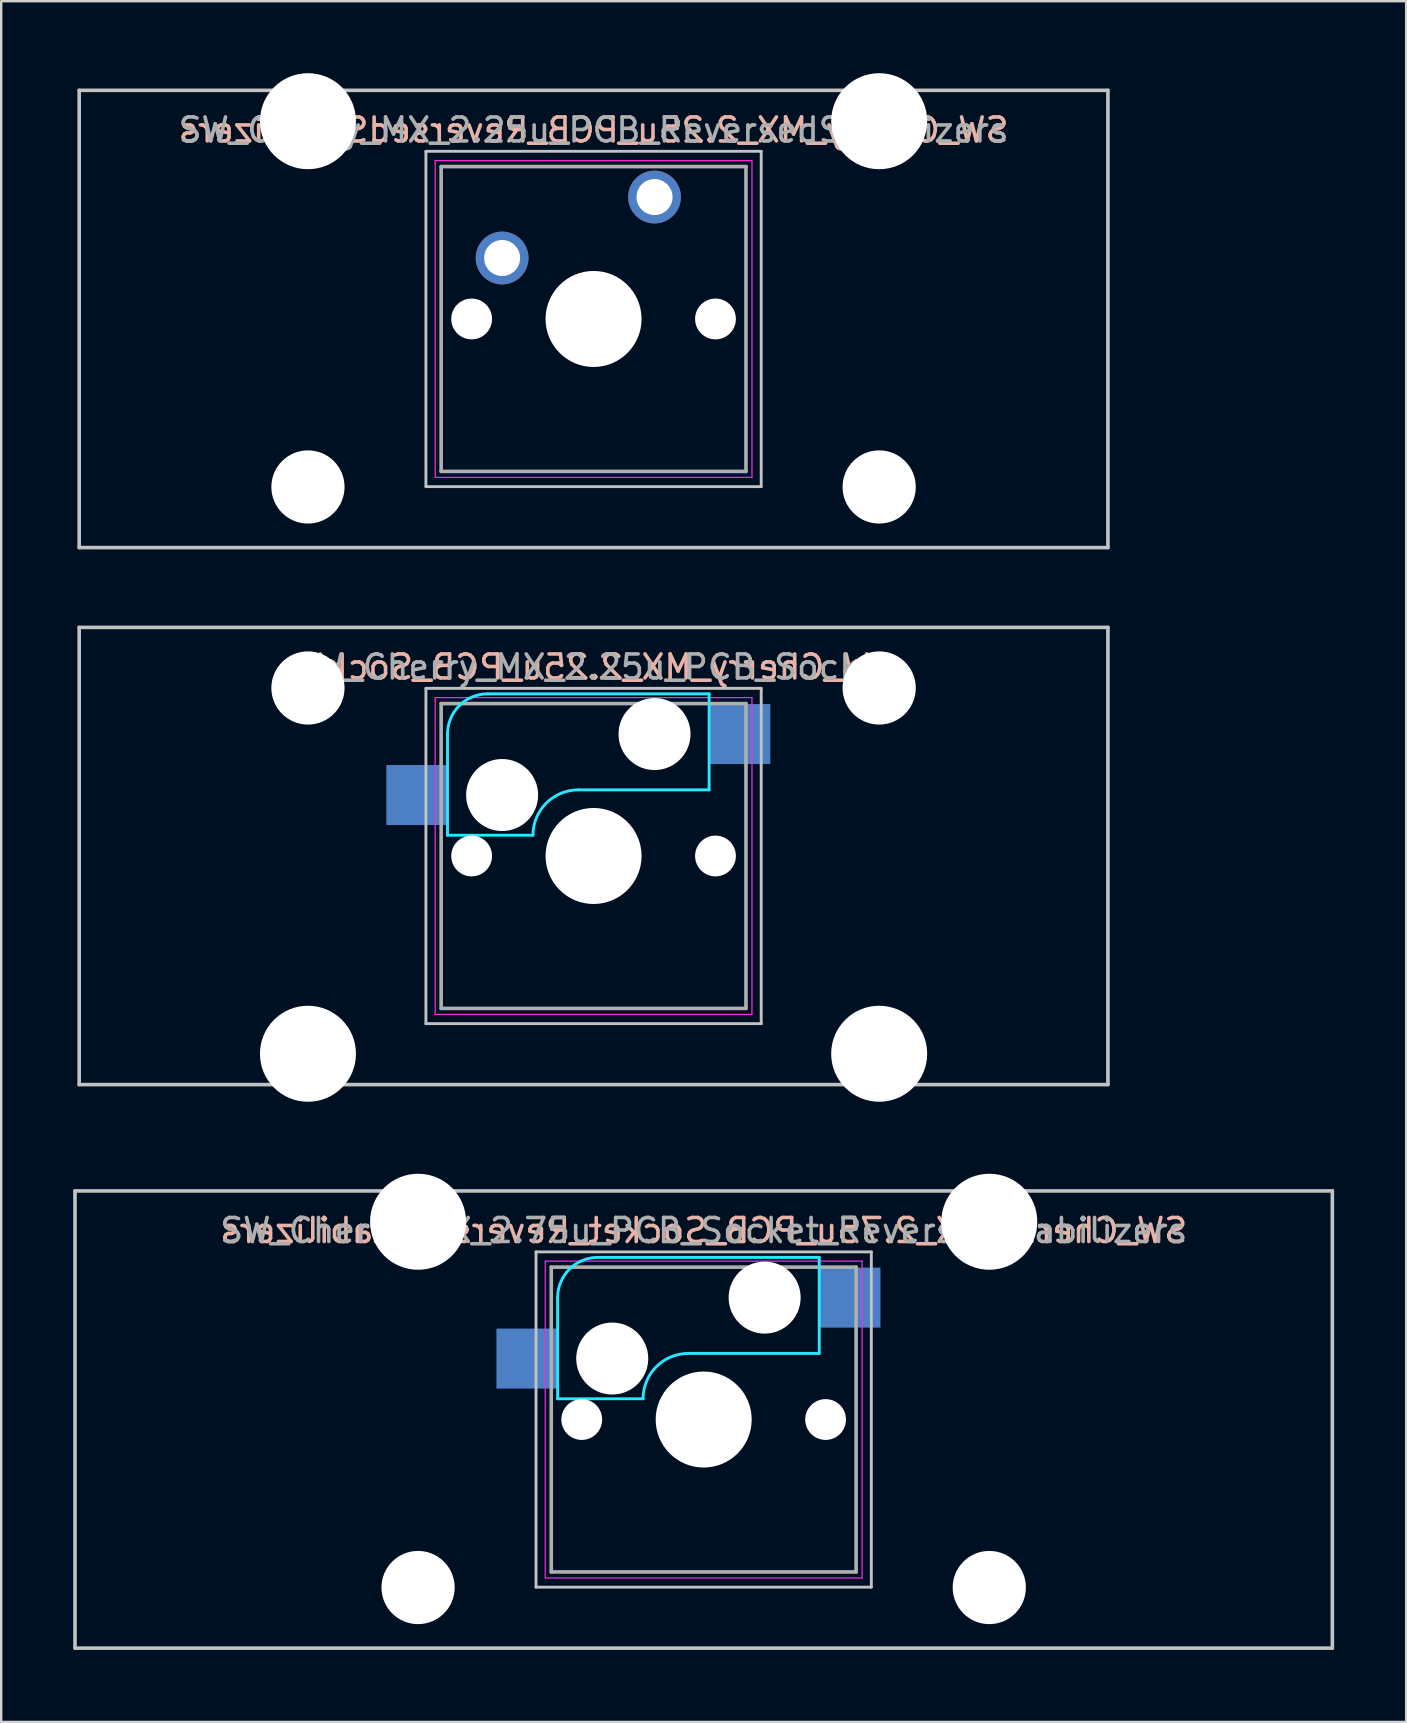
<source format=kicad_pcb>
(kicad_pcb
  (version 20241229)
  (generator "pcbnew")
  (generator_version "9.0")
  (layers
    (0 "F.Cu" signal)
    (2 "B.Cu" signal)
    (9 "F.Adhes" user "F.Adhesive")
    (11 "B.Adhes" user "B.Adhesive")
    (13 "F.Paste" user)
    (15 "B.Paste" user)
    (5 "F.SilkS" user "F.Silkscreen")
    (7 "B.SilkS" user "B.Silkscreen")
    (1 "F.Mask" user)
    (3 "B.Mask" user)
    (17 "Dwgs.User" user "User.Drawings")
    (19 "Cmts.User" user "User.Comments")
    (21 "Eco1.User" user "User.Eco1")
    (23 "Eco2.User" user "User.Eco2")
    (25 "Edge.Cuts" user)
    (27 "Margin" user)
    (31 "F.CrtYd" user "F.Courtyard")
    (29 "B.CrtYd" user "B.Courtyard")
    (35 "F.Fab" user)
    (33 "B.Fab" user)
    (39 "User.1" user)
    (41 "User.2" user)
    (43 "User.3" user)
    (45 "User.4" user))
  (footprint "SW_Cherry_MX_2.75u_PCB_Socket_ReversedStabilizers"
    (layer "F.Cu")
    (at 26.269 56.095)
    (property "Reference" "SW_Cherry_MX_2.75u_PCB_Socket_ReversedStabilizers" (at 0 -7.874 0) (layer "B.SilkS") (effects (font (size 1 1) (thickness 0.15)) (justify mirror)))
    (attr through_hole)
    (fp_line (start -26.194 -9.525) (end 26.194 -9.525) (stroke (width 0.15) (type solid)) (layer "Dwgs.User"))
    (fp_line (start -26.194 9.525) (end -26.194 -9.525) (stroke (width 0.15) (type solid)) (layer "Dwgs.User"))
    (fp_line (start -6.985 -6.985) (end 6.985 -6.985) (stroke (width 0.12) (type solid)) (layer "Dwgs.User"))
    (fp_line (start -6.985 6.985) (end -6.985 -6.985) (stroke (width 0.12) (type solid)) (layer "Dwgs.User"))
    (fp_line (start 6.985 -6.985) (end 6.985 6.985) (stroke (width 0.12) (type solid)) (layer "Dwgs.User"))
    (fp_line (start 6.985 6.985) (end -6.985 6.985) (stroke (width 0.12) (type solid)) (layer "Dwgs.User"))
    (fp_line (start 26.194 -9.525) (end 26.194 9.525) (stroke (width 0.15) (type solid)) (layer "Dwgs.User"))
    (fp_line (start 26.194 9.525) (end -26.194 9.525) (stroke (width 0.15) (type solid)) (layer "Dwgs.User"))
    (fp_line (start -6.085 -0.865) (end -6.085 -5.08) (stroke (width 0.12) (type solid)) (layer "B.CrtYd"))
    (fp_line (start -6.085 -0.865) (end -2.525 -0.865) (stroke (width 0.12) (type solid)) (layer "B.CrtYd"))
    (fp_line (start -4.41 -6.755) (end 4.815 -6.755) (stroke (width 0.12) (type solid)) (layer "B.CrtYd"))
    (fp_line (start 4.815 -6.755) (end 4.815 -2.755) (stroke (width 0.12) (type solid)) (layer "B.CrtYd"))
    (fp_line (start 4.815 -2.755) (end -0.635 -2.755) (stroke (width 0.12) (type solid)) (layer "B.CrtYd"))
    (fp_arc (start -6.085 -5.08) (mid -5.594404 -6.264404) (end -4.41 -6.755) (stroke (width 0.12) (type solid)) (layer "B.CrtYd"))
    (fp_arc (start -2.525 -0.865) (mid -1.971432 -2.201432) (end -0.635 -2.755) (stroke (width 0.12) (type solid)) (layer "B.CrtYd"))
    (fp_line (start -6.6 -6.6) (end 6.6 -6.6) (stroke (width 0.05) (type solid)) (layer "F.CrtYd"))
    (fp_line (start -6.6 6.6) (end -6.6 -6.6) (stroke (width 0.05) (type solid)) (layer "F.CrtYd"))
    (fp_line (start 6.6 -6.6) (end 6.6 6.6) (stroke (width 0.05) (type solid)) (layer "F.CrtYd"))
    (fp_line (start 6.6 6.6) (end -6.6 6.6) (stroke (width 0.05) (type solid)) (layer "F.CrtYd"))
    (fp_line (start -6.35 -6.35) (end 6.35 -6.35) (stroke (width 0.15) (type solid)) (layer "F.Fab"))
    (fp_line (start -6.35 6.35) (end -6.35 -6.35) (stroke (width 0.15) (type solid)) (layer "F.Fab"))
    (fp_line (start 6.35 -6.35) (end 6.35 6.35) (stroke (width 0.15) (type solid)) (layer "F.Fab"))
    (fp_line (start 6.35 6.35) (end -6.35 6.35) (stroke (width 0.15) (type solid)) (layer "F.Fab"))
    (fp_text user "${REFERENCE}" (at 0 -7.874 0) (layer "F.Fab") (effects (font (size 1 1) (thickness 0.15))))
    (pad "" np_thru_hole circle (at -11.9 -8.24) (size 4 4) (drill 4) (layers "*.Cu" "*.Mask"))
    (pad "" np_thru_hole circle (at -11.9 7) (size 3.05 3.05) (drill 3.05) (layers "*.Cu" "*.Mask"))
    (pad "" np_thru_hole circle (at -5.08 0) (size 1.7 1.7) (drill 1.7) (layers "*.Cu" "*.Mask"))
    (pad "" np_thru_hole circle (at -3.81 -2.54) (size 3 3) (drill 3) (layers "*.Cu" "*.Mask"))
    (pad "" np_thru_hole circle (at 0 0) (size 4 4) (drill 4) (layers "*.Cu" "*.Mask"))
    (pad "" np_thru_hole circle (at 2.54 -5.08) (size 3 3) (drill 3) (layers "*.Cu" "*.Mask"))
    (pad "" np_thru_hole circle (at 5.08 0) (size 1.7 1.7) (drill 1.7) (layers "*.Cu" "*.Mask"))
    (pad "" np_thru_hole circle (at 11.9 -8.24) (size 4 4) (drill 4) (layers "*.Cu" "*.Mask"))
    (pad "" np_thru_hole circle (at 11.9 7) (size 3.05 3.05) (drill 3.05) (layers "*.Cu" "*.Mask"))
    (pad "1" smd rect (at 6.09 -5.08) (size 2.55 2.5) (layers "B.Cu" "B.Mask" "B.Paste"))
    (pad "2" smd rect (at -7.36 -2.54) (size 2.55 2.5) (layers "B.Cu" "B.Mask" "B.Paste")))
  (footprint "SW_Cherry_MX_2.25u_PCB_Socket"
    (layer "F.Cu")
    (at 0.25 23.09)
    (property "Reference" "SW_Cherry_MX_2.25u_PCB_Socket" (at 21.431 1.651 0) (layer "B.SilkS") (effects (font (size 1 1) (thickness 0.15)) (justify mirror)))
    (attr through_hole)
    (fp_line (start 0 0) (end 42.862 0) (stroke (width 0.15) (type solid)) (layer "Dwgs.User"))
    (fp_line (start 0 19.05) (end 0 0) (stroke (width 0.15) (type solid)) (layer "Dwgs.User"))
    (fp_line (start 14.446 2.54) (end 28.416 2.54) (stroke (width 0.12) (type solid)) (layer "Dwgs.User"))
    (fp_line (start 14.446 16.51) (end 14.446 2.54) (stroke (width 0.12) (type solid)) (layer "Dwgs.User"))
    (fp_line (start 28.416 2.54) (end 28.416 16.51) (stroke (width 0.12) (type solid)) (layer "Dwgs.User"))
    (fp_line (start 28.416 16.51) (end 14.446 16.51) (stroke (width 0.12) (type solid)) (layer "Dwgs.User"))
    (fp_line (start 42.862 0) (end 42.862 19.05) (stroke (width 0.15) (type solid)) (layer "Dwgs.User"))
    (fp_line (start 42.862 19.05) (end 0 19.05) (stroke (width 0.15) (type solid)) (layer "Dwgs.User"))
    (fp_line (start 15.346 8.66) (end 15.346 4.445) (stroke (width 0.12) (type solid)) (layer "B.CrtYd"))
    (fp_line (start 15.346 8.66) (end 18.906 8.66) (stroke (width 0.12) (type solid)) (layer "B.CrtYd"))
    (fp_line (start 17.021 2.77) (end 26.246 2.77) (stroke (width 0.12) (type solid)) (layer "B.CrtYd"))
    (fp_line (start 26.246 2.77) (end 26.246 6.77) (stroke (width 0.12) (type solid)) (layer "B.CrtYd"))
    (fp_line (start 26.246 6.77) (end 20.796 6.77) (stroke (width 0.12) (type solid)) (layer "B.CrtYd"))
    (fp_arc (start 15.34625 4.445) (mid 15.836846 3.260596) (end 17.02125 2.77) (stroke (width 0.12) (type solid)) (layer "B.CrtYd"))
    (fp_arc (start 18.90625 8.66) (mid 19.459818 7.323568) (end 20.79625 6.77) (stroke (width 0.12) (type solid)) (layer "B.CrtYd"))
    (fp_line (start 14.831 2.925) (end 28.031 2.925) (stroke (width 0.05) (type solid)) (layer "F.CrtYd"))
    (fp_line (start 14.831 16.125) (end 14.831 2.925) (stroke (width 0.05) (type solid)) (layer "F.CrtYd"))
    (fp_line (start 28.031 2.925) (end 28.031 16.125) (stroke (width 0.05) (type solid)) (layer "F.CrtYd"))
    (fp_line (start 28.031 16.125) (end 14.831 16.125) (stroke (width 0.05) (type solid)) (layer "F.CrtYd"))
    (fp_line (start 15.081 3.175) (end 27.781 3.175) (stroke (width 0.15) (type solid)) (layer "F.Fab"))
    (fp_line (start 15.081 15.875) (end 15.081 3.175) (stroke (width 0.15) (type solid)) (layer "F.Fab"))
    (fp_line (start 27.781 3.175) (end 27.781 15.875) (stroke (width 0.15) (type solid)) (layer "F.Fab"))
    (fp_line (start 27.781 15.875) (end 15.081 15.875) (stroke (width 0.15) (type solid)) (layer "F.Fab"))
    (fp_text user "${REFERENCE}" (at 21.431 1.651 0) (layer "F.Fab") (effects (font (size 1 1) (thickness 0.15))))
    (pad "" np_thru_hole circle (at 9.531 2.525) (size 3.05 3.05) (drill 3.05) (layers "*.Cu" "*.Mask"))
    (pad "" np_thru_hole circle (at 9.531 17.765) (size 4 4) (drill 4) (layers "*.Cu" "*.Mask"))
    (pad "" np_thru_hole circle (at 16.351 9.525) (size 1.7 1.7) (drill 1.7) (layers "*.Cu" "*.Mask"))
    (pad "" np_thru_hole circle (at 17.621 6.985) (size 3 3) (drill 3) (layers "*.Cu" "*.Mask"))
    (pad "" np_thru_hole circle (at 21.431 9.525) (size 4 4) (drill 4) (layers "*.Cu" "*.Mask"))
    (pad "" np_thru_hole circle (at 23.971 4.445) (size 3 3) (drill 3) (layers "*.Cu" "*.Mask"))
    (pad "" np_thru_hole circle (at 26.511 9.525) (size 1.7 1.7) (drill 1.7) (layers "*.Cu" "*.Mask"))
    (pad "" np_thru_hole circle (at 33.331 2.525) (size 3.05 3.05) (drill 3.05) (layers "*.Cu" "*.Mask"))
    (pad "" np_thru_hole circle (at 33.331 17.765) (size 4 4) (drill 4) (layers "*.Cu" "*.Mask"))
    (pad "1" smd rect (at 27.521 4.445) (size 2.55 2.5) (layers "B.Cu" "B.Mask" "B.Paste"))
    (pad "2" smd rect (at 14.071 6.985) (size 2.55 2.5) (layers "B.Cu" "B.Mask" "B.Paste")))
  (footprint "SW_Cherry_MX_2.25u_PCB_ReversedStabilizers"
    (layer "F.Cu")
    (at 0.25 0.715)
    (property "Reference" "SW_Cherry_MX_2.25u_PCB_ReversedStabilizers" (at 21.431 1.651 0) (layer "B.SilkS") (effects (font (size 1 1) (thickness 0.15)) (justify mirror)))
    (attr through_hole)
    (fp_line (start 0 0) (end 42.862 0) (stroke (width 0.15) (type solid)) (layer "Dwgs.User"))
    (fp_line (start 0 19.05) (end 0 0) (stroke (width 0.15) (type solid)) (layer "Dwgs.User"))
    (fp_line (start 14.446 2.54) (end 28.416 2.54) (stroke (width 0.12) (type solid)) (layer "Dwgs.User"))
    (fp_line (start 14.446 16.51) (end 14.446 2.54) (stroke (width 0.12) (type solid)) (layer "Dwgs.User"))
    (fp_line (start 28.416 2.54) (end 28.416 16.51) (stroke (width 0.12) (type solid)) (layer "Dwgs.User"))
    (fp_line (start 28.416 16.51) (end 14.446 16.51) (stroke (width 0.12) (type solid)) (layer "Dwgs.User"))
    (fp_line (start 42.862 0) (end 42.862 19.05) (stroke (width 0.15) (type solid)) (layer "Dwgs.User"))
    (fp_line (start 42.862 19.05) (end 0 19.05) (stroke (width 0.15) (type solid)) (layer "Dwgs.User"))
    (fp_line (start 14.831 2.925) (end 28.031 2.925) (stroke (width 0.05) (type solid)) (layer "F.CrtYd"))
    (fp_line (start 14.831 16.125) (end 14.831 2.925) (stroke (width 0.05) (type solid)) (layer "F.CrtYd"))
    (fp_line (start 28.031 2.925) (end 28.031 16.125) (stroke (width 0.05) (type solid)) (layer "F.CrtYd"))
    (fp_line (start 28.031 16.125) (end 14.831 16.125) (stroke (width 0.05) (type solid)) (layer "F.CrtYd"))
    (fp_line (start 15.081 3.175) (end 27.781 3.175) (stroke (width 0.15) (type solid)) (layer "F.Fab"))
    (fp_line (start 15.081 15.875) (end 15.081 3.175) (stroke (width 0.15) (type solid)) (layer "F.Fab"))
    (fp_line (start 27.781 3.175) (end 27.781 15.875) (stroke (width 0.15) (type solid)) (layer "F.Fab"))
    (fp_line (start 27.781 15.875) (end 15.081 15.875) (stroke (width 0.15) (type solid)) (layer "F.Fab"))
    (fp_text user "${REFERENCE}" (at 21.431 1.651 0) (layer "F.Fab") (effects (font (size 1 1) (thickness 0.15))))
    (pad "" np_thru_hole circle (at 9.531 1.285) (size 4 4) (drill 4) (layers "*.Cu" "*.Mask"))
    (pad "" np_thru_hole circle (at 9.531 16.525) (size 3.05 3.05) (drill 3.05) (layers "*.Cu" "*.Mask"))
    (pad "" np_thru_hole circle (at 16.351 9.525) (size 1.7 1.7) (drill 1.7) (layers "*.Cu" "*.Mask"))
    (pad "" np_thru_hole circle (at 21.431 9.525) (size 4 4) (drill 4) (layers "*.Cu" "*.Mask"))
    (pad "" np_thru_hole circle (at 26.511 9.525) (size 1.7 1.7) (drill 1.7) (layers "*.Cu" "*.Mask"))
    (pad "" np_thru_hole circle (at 33.331 1.285) (size 4 4) (drill 4) (layers "*.Cu" "*.Mask"))
    (pad "" np_thru_hole circle (at 33.331 16.525) (size 3.05 3.05) (drill 3.05) (layers "*.Cu" "*.Mask"))
    (pad "1" thru_hole circle (at 23.971 4.445) (size 2.2 2.2) (drill 1.5) (layers "*.Cu" "*.Mask"))
    (pad "2" thru_hole circle (at 17.621 6.985) (size 2.2 2.2) (drill 1.5) (layers "*.Cu" "*.Mask")))
  (gr_rect
    (start -3 -3)
    (end 55.538 68.695)
    (stroke (width 0.1) (type default))
    (fill no)
    (layer "Edge.Cuts")))
</source>
